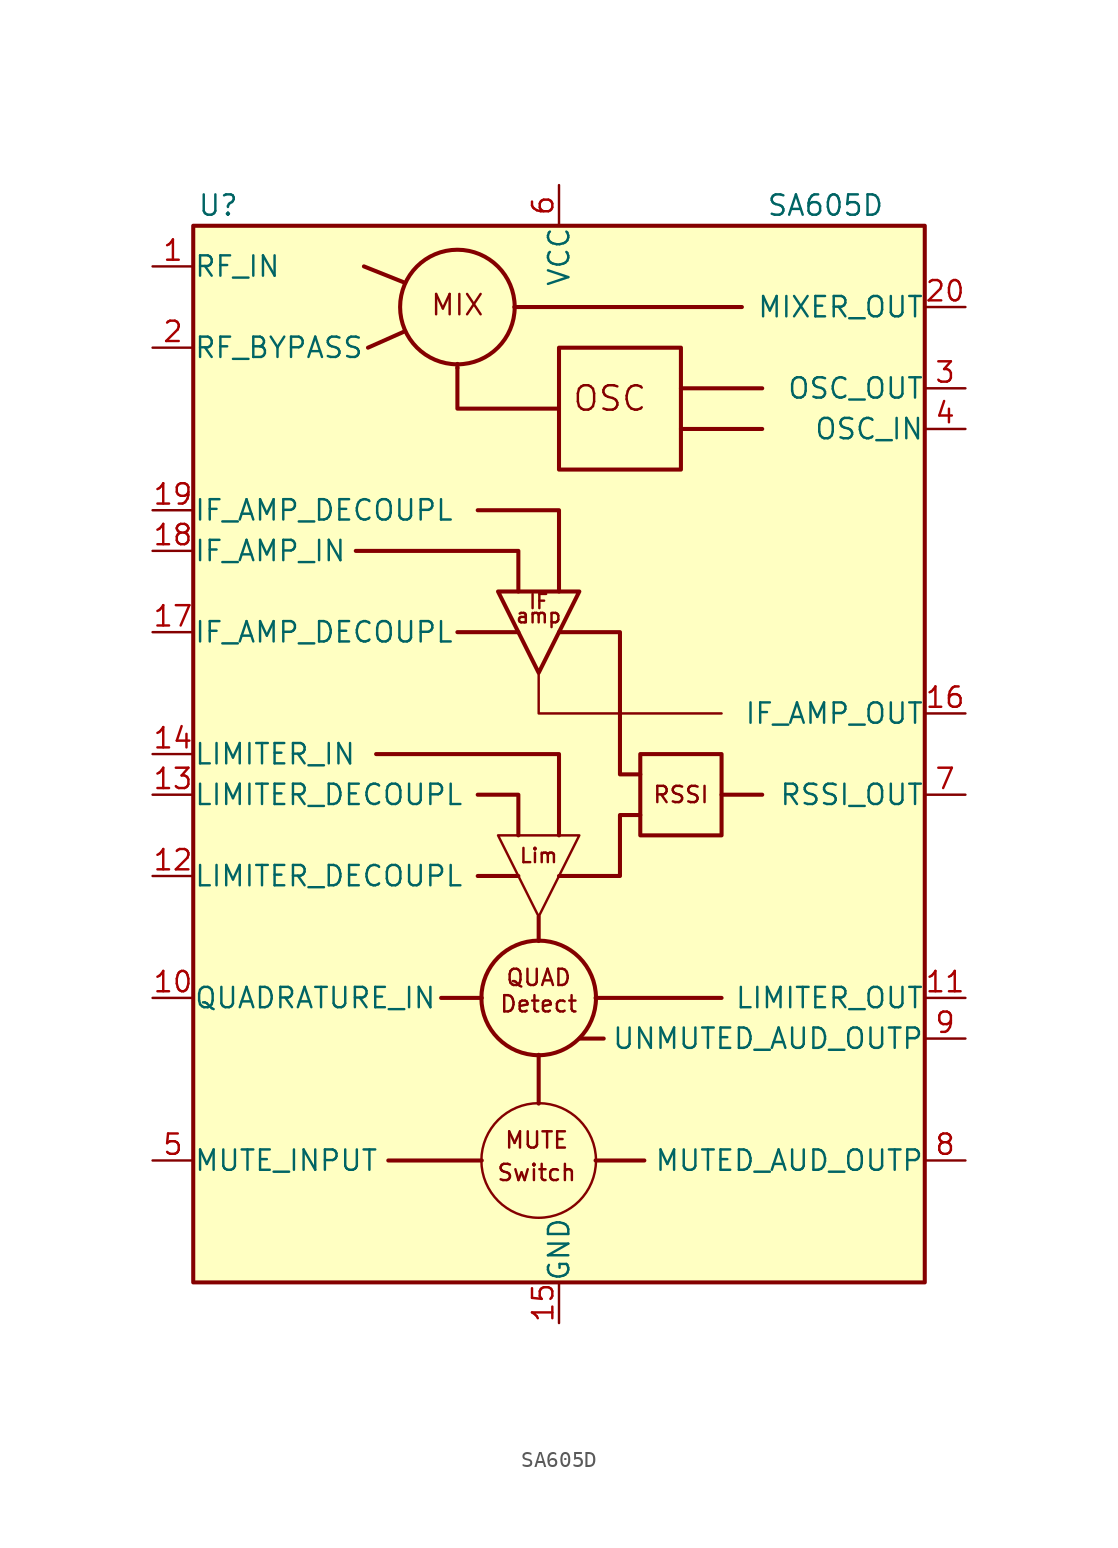
<source format=kicad_sym>
(kicad_symbol_lib
  (version 20231120)
  (generator "kicad_symbol_editor")
  (generator_version "8.0")
  (symbol "SA605D"
    (pin_names
      (offset 0.025))
    (property "Reference" "U"
      (at -22.606 24.13 0)
      (effects (font (size 1.27 1.27)) (justify left)))
    (property "Value" "SA605D"
      (at 12.954 24.13 0)
      (effects (font (size 1.27 1.27)) (justify left)))
    (symbol "SA605D_0_0"
      (circle (center -1.27 -35.56) (radius 3.581) (stroke (width 0) (type default)) (fill (type none)))
      (circle (center -1.27 -25.4) (radius 3.581) (stroke (width 0.254) (type default)) (fill (type none)))
      (polyline (pts (xy -12.192 20.32) (xy -9.652 19.304)) (stroke (width 0.254) (type default)) (fill (type none)))
      (polyline (pts (xy -11.938 15.24) (xy -9.652 16.256)) (stroke (width 0.254) (type default)) (fill (type none)))
      (polyline (pts (xy -6.35 -2.54) (xy -2.54 -2.54)) (stroke (width 0.254) (type default)) (fill (type none)))
      (polyline (pts (xy -6.35 13.97) (xy -6.35 14.224)) (stroke (width 0.254) (type default)) (fill (type none)))
      (polyline (pts (xy -4.826 -35.56) (xy -10.668 -35.56)) (stroke (width 0.254) (type default)) (fill (type none)))
      (polyline (pts (xy -4.826 -25.4) (xy -7.366 -25.4)) (stroke (width 0.254) (type default)) (fill (type none)))
      (polyline (pts (xy -2.54 -17.78) (xy -5.08 -17.78)) (stroke (width 0.254) (type default)) (fill (type none)))
      (polyline (pts (xy -2.54 17.78) (xy -2.794 17.78)) (stroke (width 0.254) (type default)) (fill (type none)))
      (polyline (pts (xy -1.27 -28.956) (xy -1.27 -32.004)) (stroke (width 0.254) (type default)) (fill (type none)))
      (polyline (pts (xy -1.27 -20.32) (xy -1.27 -21.844)) (stroke (width 0.254) (type default)) (fill (type none)))
      (polyline (pts (xy 1.27 -27.94) (xy 2.794 -27.94)) (stroke (width 0.254) (type default)) (fill (type none)))
      (polyline (pts (xy 2.286 -35.56) (xy 5.334 -35.56)) (stroke (width 0.254) (type default)) (fill (type none)))
      (polyline (pts (xy 2.286 -25.4) (xy 10.16 -25.4)) (stroke (width 0.254) (type default)) (fill (type none)))
      (polyline (pts (xy 7.62 10.16) (xy 12.7 10.16)) (stroke (width 0.254) (type default)) (fill (type none)))
      (polyline (pts (xy 10.16 -12.7) (xy 12.7 -12.7)) (stroke (width 0.254) (type default)) (fill (type none)))
      (polyline (pts (xy 11.43 17.78) (xy -2.54 17.78)) (stroke (width 0.254) (type default)) (fill (type none)))
      (polyline (pts (xy 12.7 12.7) (xy 7.62 12.7)) (stroke (width 0.254) (type default)) (fill (type none)))
      (polyline (pts (xy -12.7 2.54) (xy -2.54 2.54) (xy -2.54 0)) (stroke (width 0.254) (type default)) (fill (type none)))
      (polyline (pts (xy -11.43 -10.16) (xy 0 -10.16) (xy 0 -15.24)) (stroke (width 0.254) (type default)) (fill (type none)))
      (polyline (pts (xy -5.08 5.08) (xy 0 5.08) (xy 0 0)) (stroke (width 0.254) (type default)) (fill (type none)))
      (polyline (pts (xy -2.54 -15.24) (xy -2.54 -12.7) (xy -5.08 -12.7)) (stroke (width 0.254) (type default)) (fill (type none)))
      (polyline (pts (xy 0 11.43) (xy -6.35 11.43) (xy -6.35 13.97)) (stroke (width 0.254) (type default)) (fill (type none)))
      (polyline (pts (xy 0 -17.78) (xy 3.81 -17.78) (xy 3.81 -13.97) (xy 5.08 -13.97)) (stroke (width 0.254) (type default)) (fill (type none)))
      (polyline (pts (xy 0 -2.54) (xy 3.81 -2.54) (xy 3.81 -11.43) (xy 5.08 -11.43)) (stroke (width 0.254) (type default)) (fill (type none)))
      (polyline (pts (xy 1.27 -15.24) (xy -3.81 -15.24) (xy -1.27 -20.32) (xy 1.27 -15.24) (xy 1.27 -15.24)) (stroke (width 0) (type default)) (fill (type background)))
      (polyline (pts (xy 1.27 0) (xy -3.81 0) (xy -1.27 -5.08) (xy 1.27 0) (xy 1.27 0)) (stroke (width 0.254) (type default)) (fill (type background)))
      (text "amp" (at -1.27 -1.524 0) (effects (font (size 0.889 0.889))))
      (text "Detect" (at -1.27 -25.781 0) (effects (font (size 1.016 1.016))))
      (text "IF" (at -1.27 -0.635 0) (effects (font (size 0.889 0.889))))
      (text "Lim" (at -1.27 -16.51 0) (effects (font (size 0.889 0.889))))
      (text "MIX" (at -6.35 17.907 0) (effects (font (size 1.27 1.27))))
      (text "MUTE" (at -1.397 -34.29 0) (effects (font (size 1.016 1.016))))
      (text "OSC" (at 3.175 12.065 0) (effects (font (size 1.524 1.524))))
      (text "QUAD" (at -1.27 -24.13 0) (effects (font (size 1.016 1.016))))
      (text "RSSI" (at 7.62 -12.7 0) (effects (font (size 1.016 1.016))))
      (text "Switch" (at -1.397 -36.322 0) (effects (font (size 1.016 1.016)))))
    (symbol "SA605D_0_1"
      (rectangle (start -22.86 22.86) (end 22.86 -43.18) (stroke (width 0.254) (type default)) (fill (type background)))
      (circle (center -6.35 17.78) (radius 3.581) (stroke (width 0.254) (type default)) (fill (type none)))
      (polyline (pts (xy -1.27 -5.08) (xy -1.27 -7.62) (xy 10.16 -7.62)) (stroke (width 0) (type default)) (fill (type none)))
      (rectangle (start 0 15.24) (end 7.62 7.62) (stroke (width 0.254) (type default)) (fill (type none)))
      (rectangle (start 5.08 -10.16) (end 10.16 -15.24) (stroke (width 0.254) (type default)) (fill (type none))))
    (symbol "SA605D_1_1"
      (pin input line (at -25.4 20.32 0) (length 2.54) (name "RF_IN" (effects (font (size 1.27 1.27)))) (number "1" (effects (font (size 1.27 1.27)))))
      (pin input line (at -25.4 -25.4 0) (length 2.54) (name "QUADRATURE_IN" (effects (font (size 1.27 1.27)))) (number "10" (effects (font (size 1.27 1.27)))))
      (pin output line (at 25.4 -25.4 180) (length 2.54) (name "LIMITER_OUT" (effects (font (size 1.27 1.27)))) (number "11" (effects (font (size 1.27 1.27)))))
      (pin input line (at -25.4 -17.78 0) (length 2.54) (name "LIMITER_DECOUPL" (effects (font (size 1.27 1.27)))) (number "12" (effects (font (size 1.27 1.27)))))
      (pin input line (at -25.4 -12.7 0) (length 2.54) (name "LIMITER_DECOUPL" (effects (font (size 1.27 1.27)))) (number "13" (effects (font (size 1.27 1.27)))))
      (pin input line (at -25.4 -10.16 0) (length 2.54) (name "LIMITER_IN" (effects (font (size 1.27 1.27)))) (number "14" (effects (font (size 1.27 1.27)))))
      (pin power_in line (at 0 -45.72 90) (length 2.54) (name "GND" (effects (font (size 1.27 1.27)))) (number "15" (effects (font (size 1.27 1.27)))))
      (pin output line (at 25.4 -7.62 180) (length 2.54) (name "IF_AMP_OUT" (effects (font (size 1.27 1.27)))) (number "16" (effects (font (size 1.27 1.27)))))
      (pin input line (at -25.4 -2.54 0) (length 2.54) (name "IF_AMP_DECOUPL" (effects (font (size 1.27 1.27)))) (number "17" (effects (font (size 1.27 1.27)))))
      (pin input line (at -25.4 2.54 0) (length 2.54) (name "IF_AMP_IN" (effects (font (size 1.27 1.27)))) (number "18" (effects (font (size 1.27 1.27)))))
      (pin input line (at -25.4 5.08 0) (length 2.54) (name "IF_AMP_DECOUPL" (effects (font (size 1.27 1.27)))) (number "19" (effects (font (size 1.27 1.27)))))
      (pin input line (at -25.4 15.24 0) (length 2.54) (name "RF_BYPASS" (effects (font (size 1.27 1.27)))) (number "2" (effects (font (size 1.27 1.27)))))
      (pin output line (at 25.4 17.78 180) (length 2.54) (name "MIXER_OUT" (effects (font (size 1.27 1.27)))) (number "20" (effects (font (size 1.27 1.27)))))
      (pin output line (at 25.4 12.7 180) (length 2.54) (name "OSC_OUT" (effects (font (size 1.27 1.27)))) (number "3" (effects (font (size 1.27 1.27)))))
      (pin input line (at 25.4 10.16 180) (length 2.54) (name "OSC_IN" (effects (font (size 1.27 1.27)))) (number "4" (effects (font (size 1.27 1.27)))))
      (pin input line (at -25.4 -35.56 0) (length 2.54) (name "MUTE_INPUT" (effects (font (size 1.27 1.27)))) (number "5" (effects (font (size 1.27 1.27)))))
      (pin power_in line (at 0 25.4 270) (length 2.54) (name "VCC" (effects (font (size 1.27 1.27)))) (number "6" (effects (font (size 1.27 1.27)))))
      (pin output line (at 25.4 -12.7 180) (length 2.54) (name "RSSI_OUT" (effects (font (size 1.27 1.27)))) (number "7" (effects (font (size 1.27 1.27)))))
      (pin output line (at 25.4 -35.56 180) (length 2.54) (name "MUTED_AUD_OUTP" (effects (font (size 1.27 1.27)))) (number "8" (effects (font (size 1.27 1.27)))))
      (pin output line (at 25.4 -27.94 180) (length 2.54) (name "UNMUTED_AUD_OUTP" (effects (font (size 1.27 1.27)))) (number "9" (effects (font (size 1.27 1.27))))))))
</source>
